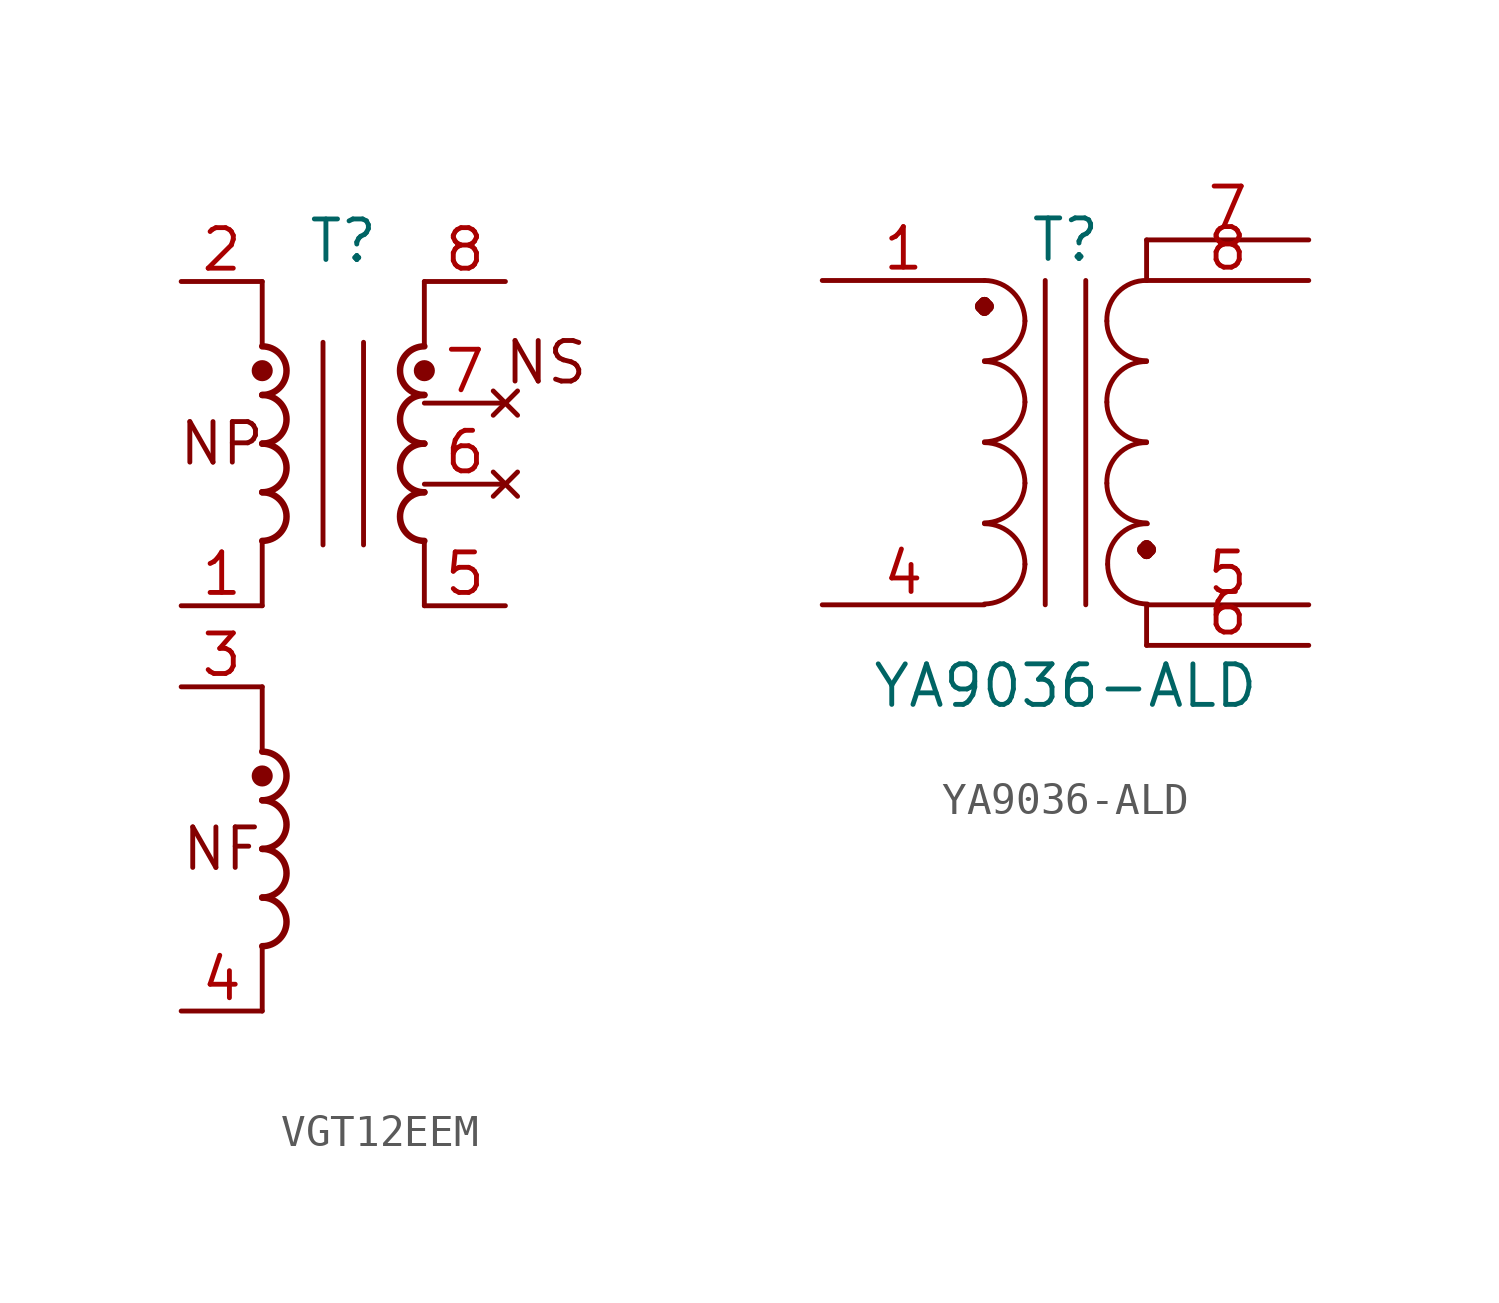
<source format=kicad_sym>
(kicad_symbol_lib
  (version 20231120)
  (generator "kicad_symbol_editor")
  (generator_version "8.0")
  (symbol "VGT12EEM"
    (pin_names hide)
    (property "Reference" "T"
      (at 0 6.35 0)
      (effects (font (size 1.27 1.27))))
    (property "Value" ""
      (at 0 -6.35 0)
      (effects (font (size 1.27 1.27))))
    (symbol "VGT12EEM_0_1"
      (arc (start -2.54 -15.748) (mid -1.7813 -14.986) (end -2.54 -14.224) (stroke (width 0.2032) (type default)) (fill (type none)))
      (arc (start -2.54 -14.224) (mid -1.7813 -13.462) (end -2.54 -12.7) (stroke (width 0.2032) (type default)) (fill (type none)))
      (arc (start -2.54 -12.7) (mid -1.7813 -11.938) (end -2.54 -11.176) (stroke (width 0.2032) (type default)) (fill (type none)))
      (circle (center -2.54 -10.414) (radius 0.254) (stroke (width 0) (type default)) (fill (type outline)))
      (arc (start -2.54 -3.048) (mid -1.7813 -2.286) (end -2.54 -1.524) (stroke (width 0.2032) (type default)) (fill (type none)))
      (arc (start -2.54 -1.524) (mid -1.7813 -0.762) (end -2.54 0) (stroke (width 0.2032) (type default)) (fill (type none)))
      (arc (start -2.54 0) (mid -1.7813 0.762) (end -2.54 1.524) (stroke (width 0.2032) (type default)) (fill (type none)))
      (circle (center -2.54 2.286) (radius 0.254) (stroke (width 0) (type default)) (fill (type outline)))
      (polyline (pts (xy -2.54 -15.748) (xy -2.54 -17.78)) (stroke (width 0) (type default)) (fill (type none)))
      (polyline (pts (xy -2.54 -7.62) (xy -2.54 -9.652)) (stroke (width 0) (type default)) (fill (type none)))
      (polyline (pts (xy -2.54 -3.048) (xy -2.54 -5.08)) (stroke (width 0) (type default)) (fill (type none)))
      (polyline (pts (xy -2.54 5.08) (xy -2.54 3.048)) (stroke (width 0) (type default)) (fill (type none)))
      (polyline (pts (xy -0.635 3.175) (xy -0.635 -3.175)) (stroke (width 0) (type default)) (fill (type none)))
      (polyline (pts (xy 0.635 3.175) (xy 0.635 -3.175)) (stroke (width 0) (type default)) (fill (type none)))
      (polyline (pts (xy 2.54 -3.048) (xy 2.54 -5.08)) (stroke (width 0) (type default)) (fill (type none)))
      (polyline (pts (xy 2.54 5.08) (xy 2.54 3.048)) (stroke (width 0) (type default)) (fill (type none)))
      (arc (start 2.54 -1.524) (mid 1.7813 -2.286) (end 2.54 -3.048) (stroke (width 0.2032) (type default)) (fill (type none)))
      (arc (start 2.54 0) (mid 1.7813 -0.762) (end 2.54 -1.524) (stroke (width 0.2032) (type default)) (fill (type none)))
      (arc (start 2.54 1.524) (mid 1.7813 0.762) (end 2.54 0) (stroke (width 0.2032) (type default)) (fill (type none)))
      (circle (center 2.54 2.286) (radius 0.254) (stroke (width 0) (type default)) (fill (type outline)))
      (arc (start 2.54 3.048) (mid 1.7813 2.286) (end 2.54 1.524) (stroke (width 0.2032) (type default)) (fill (type none)))
      (text "NF" (at -3.81 -12.7 0) (effects (font (size 1.27 1.27))))
      (text "NP" (at -3.81 0 0) (effects (font (size 1.27 1.27))))
      (text "NS" (at 6.35 2.54 0) (effects (font (size 1.27 1.27)))))
    (symbol "VGT12EEM_1_1"
      (arc (start -2.54 -11.176) (mid -1.7813 -10.414) (end -2.54 -9.652) (stroke (width 0.2032) (type default)) (fill (type none)))
      (arc (start -2.54 1.524) (mid -1.7813 2.286) (end -2.54 3.048) (stroke (width 0.2032) (type default)) (fill (type none)))
      (pin passive line (at -5.08 -5.08 0) (length 2.54) (name "~" (effects (font (size 1.27 1.27)))) (number "1" (effects (font (size 1.27 1.27)))))
      (pin passive line (at -5.08 5.08 0) (length 2.54) (name "~" (effects (font (size 1.27 1.27)))) (number "2" (effects (font (size 1.27 1.27)))))
      (pin passive line (at -5.08 -7.62 0) (length 2.54) (name "~" (effects (font (size 1.27 1.27)))) (number "3" (effects (font (size 1.27 1.27)))))
      (pin passive line (at -5.08 -17.78 0) (length 2.54) (name "~" (effects (font (size 1.27 1.27)))) (number "4" (effects (font (size 1.27 1.27)))))
      (pin passive line (at 5.08 -5.08 180) (length 2.54) (name "~" (effects (font (size 1.27 1.27)))) (number "5" (effects (font (size 1.27 1.27)))))
      (pin no_connect line (at 5.08 -1.27 180) (length 2.54) (name "~" (effects (font (size 1.27 1.27)))) (number "6" (effects (font (size 1.27 1.27)))))
      (pin no_connect line (at 5.08 1.27 180) (length 2.54) (name "~" (effects (font (size 1.27 1.27)))) (number "7" (effects (font (size 1.27 1.27)))))
      (pin passive line (at 5.08 5.08 180) (length 2.54) (name "~" (effects (font (size 1.27 1.27)))) (number "8" (effects (font (size 1.27 1.27)))))))
  (symbol "YA9036-ALD"
    (pin_names
      (offset 1.016) hide)
    (property "Reference" "T"
      (at 0 6.35 0)
      (effects (font (size 1.27 1.27))))
    (property "Value" "YA9036-ALD"
      (at 0 -7.62 0)
      (effects (font (size 1.27 1.27))))
    (symbol "YA9036-ALD_0_0"
      (text "." (at -2.54 5.08 0) (effects (font (size 2.007 2.007) (bold yes))))
      (text "." (at 2.54 -2.54 0) (effects (font (size 2.007 2.007) (bold yes)))))
    (symbol "YA9036-ALD_0_1"
      (arc (start -2.54 -5.0546) (mid -1.6561 -4.6863) (end -1.27 -3.81) (stroke (width 0) (type default)) (fill (type none)))
      (arc (start -2.54 -2.5146) (mid -1.6561 -2.1463) (end -1.27 -1.27) (stroke (width 0) (type default)) (fill (type none)))
      (arc (start -2.54 0.0254) (mid -1.6561 0.3937) (end -1.27 1.27) (stroke (width 0) (type default)) (fill (type none)))
      (arc (start -2.54 2.5654) (mid -1.6561 2.9337) (end -1.27 3.81) (stroke (width 0) (type default)) (fill (type none)))
      (arc (start -1.27 -3.81) (mid -1.642 -2.912) (end -2.54 -2.54) (stroke (width 0) (type default)) (fill (type none)))
      (arc (start -1.27 -1.27) (mid -1.642 -0.372) (end -2.54 0) (stroke (width 0) (type default)) (fill (type none)))
      (arc (start -1.27 1.27) (mid -1.642 2.168) (end -2.54 2.54) (stroke (width 0) (type default)) (fill (type none)))
      (arc (start -1.27 3.81) (mid -1.642 4.708) (end -2.54 5.08) (stroke (width 0) (type default)) (fill (type none)))
      (polyline (pts (xy -0.635 5.08) (xy -0.635 -5.08)) (stroke (width 0) (type default)) (fill (type none)))
      (polyline (pts (xy 0.635 -5.08) (xy 0.635 5.08)) (stroke (width 0) (type default)) (fill (type none)))
      (polyline (pts (xy 2.54 -6.35) (xy 2.54 -5.08)) (stroke (width 0) (type default)) (fill (type none)))
      (polyline (pts (xy 2.54 6.35) (xy 2.54 5.08)) (stroke (width 0) (type default)) (fill (type none)))
      (arc (start 1.2954 -1.27) (mid 1.6599 -2.1501) (end 2.54 -2.5146) (stroke (width 0) (type default)) (fill (type none)))
      (arc (start 1.2954 1.27) (mid 1.6599 0.3899) (end 2.54 0.0254) (stroke (width 0) (type default)) (fill (type none)))
      (arc (start 1.2954 3.81) (mid 1.6599 2.9299) (end 2.54 2.5654) (stroke (width 0) (type default)) (fill (type none)))
      (arc (start 1.3208 -3.81) (mid 1.6853 -4.6901) (end 2.5654 -5.0546) (stroke (width 0) (type default)) (fill (type none)))
      (arc (start 2.54 0) (mid 1.6456 -0.3683) (end 1.2954 -1.27) (stroke (width 0) (type default)) (fill (type none)))
      (arc (start 2.54 2.54) (mid 1.6456 2.1717) (end 1.2954 1.27) (stroke (width 0) (type default)) (fill (type none)))
      (arc (start 2.54 5.08) (mid 1.6456 4.7117) (end 1.2954 3.81) (stroke (width 0) (type default)) (fill (type none)))
      (arc (start 2.5654 -2.54) (mid 1.671 -2.9083) (end 1.3208 -3.81) (stroke (width 0) (type default)) (fill (type none))))
    (symbol "YA9036-ALD_1_1"
      (pin passive line (at -7.62 5.08 0) (length 5.08) (name "AA" (effects (font (size 1.27 1.27)))) (number "1" (effects (font (size 1.27 1.27)))))
      (pin passive line (at -7.62 -5.08 0) (length 5.08) (name "AB" (effects (font (size 1.27 1.27)))) (number "4" (effects (font (size 1.27 1.27)))))
      (pin passive line (at 7.62 -5.08 180) (length 5.08) (name "SA" (effects (font (size 1.27 1.27)))) (number "5" (effects (font (size 1.27 1.27)))))
      (pin passive line (at 7.62 -6.35 180) (length 5.08) (name "SAA" (effects (font (size 1.27 1.27)))) (number "6" (effects (font (size 1.27 1.27)))))
      (pin passive line (at 7.62 6.35 180) (length 5.08) (name "SAB" (effects (font (size 1.27 1.27)))) (number "7" (effects (font (size 1.27 1.27)))))
      (pin passive line (at 7.62 5.08 180) (length 5.08) (name "SB" (effects (font (size 1.27 1.27)))) (number "8" (effects (font (size 1.27 1.27))))))))
</source>
